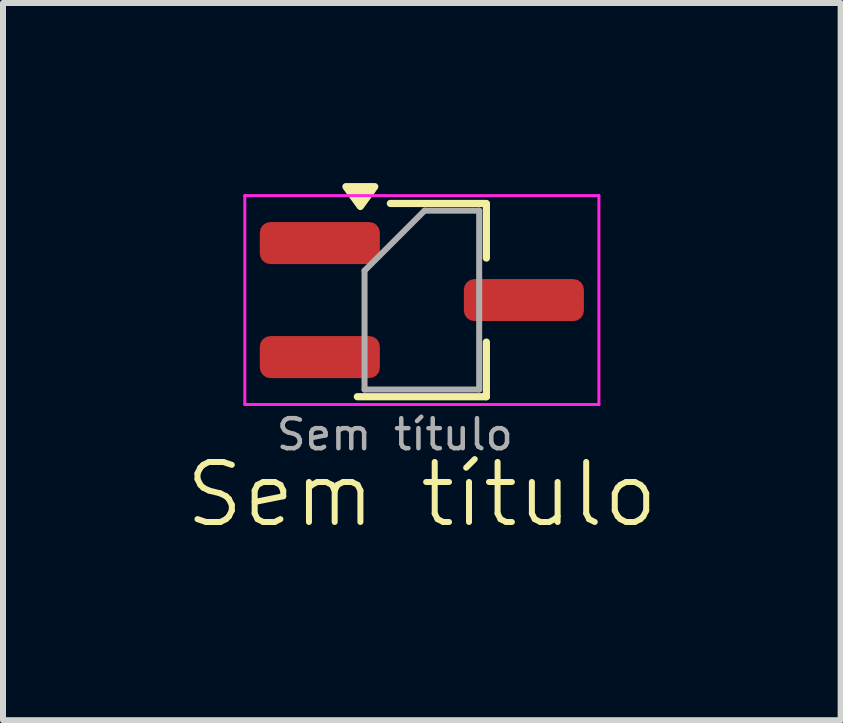
<source format=kicad_pcb>
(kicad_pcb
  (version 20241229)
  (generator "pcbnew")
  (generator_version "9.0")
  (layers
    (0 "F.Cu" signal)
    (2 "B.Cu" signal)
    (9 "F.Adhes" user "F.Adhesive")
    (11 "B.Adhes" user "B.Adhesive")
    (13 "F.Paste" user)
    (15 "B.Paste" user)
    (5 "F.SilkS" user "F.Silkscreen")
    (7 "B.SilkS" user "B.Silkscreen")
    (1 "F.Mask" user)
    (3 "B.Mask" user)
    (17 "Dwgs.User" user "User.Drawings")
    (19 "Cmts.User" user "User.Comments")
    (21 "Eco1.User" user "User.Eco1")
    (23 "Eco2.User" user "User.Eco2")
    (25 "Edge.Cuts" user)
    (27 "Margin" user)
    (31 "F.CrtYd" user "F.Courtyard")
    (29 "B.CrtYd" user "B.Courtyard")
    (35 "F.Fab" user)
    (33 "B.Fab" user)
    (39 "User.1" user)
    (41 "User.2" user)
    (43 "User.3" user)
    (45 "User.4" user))
  (footprint "Sem título"
    (layer "F.Cu")
    (at 4.029 2.69)
    (property "Reference" "Sem título" (at -0.05 2.5 0) (unlocked yes) (layer "F.SilkS") (effects (font (size 1 1) (thickness 0.1))))
    (attr smd)
    (fp_line (start -1.125 0.87) (end 1.025 0.87) (stroke (width 0.12) (type solid)) (layer "F.SilkS"))
    (fp_line (start -0.575 -2.35) (end 1.025 -2.35) (stroke (width 0.12) (type solid)) (layer "F.SilkS"))
    (fp_line (start 1.025 -2.34) (end 1.025 -1.44) (stroke (width 0.12) (type solid)) (layer "F.SilkS"))
    (fp_line (start 1.025 -0.04) (end 1.025 0.87) (stroke (width 0.12) (type solid)) (layer "F.SilkS"))
    (fp_poly (pts (xy -1.075 -2.3) (xy -1.315 -2.63) (xy -0.835 -2.63) (xy -1.075 -2.3)) (stroke (width 0.12) (type solid)) (fill yes) (layer "F.SilkS"))
    (fp_line (start -3 -2.48) (end 2.9 -2.48) (stroke (width 0.05) (type solid)) (layer "F.CrtYd"))
    (fp_line (start -3 1) (end -3 -2.48) (stroke (width 0.05) (type solid)) (layer "F.CrtYd"))
    (fp_line (start 2.9 -2.48) (end 2.9 1) (stroke (width 0.05) (type solid)) (layer "F.CrtYd"))
    (fp_line (start 2.9 1) (end -3 1) (stroke (width 0.05) (type solid)) (layer "F.CrtYd"))
    (fp_line (start -1.005 -1.23) (end -1.005 0.75) (stroke (width 0.1) (type solid)) (layer "F.Fab"))
    (fp_line (start -1.005 -1.23) (end -0.005 -2.23) (stroke (width 0.1) (type solid)) (layer "F.Fab"))
    (fp_line (start -1.005 0.75) (end 0.905 0.75) (stroke (width 0.1) (type solid)) (layer "F.Fab"))
    (fp_line (start -0.005 -2.23) (end 0.905 -2.23) (stroke (width 0.1) (type solid)) (layer "F.Fab"))
    (fp_line (start 0.905 -2.23) (end 0.905 0.75) (stroke (width 0.1) (type solid)) (layer "F.Fab"))
    (fp_text user "${REFERENCE}" (at -0.5 1.5 180) (layer "F.Fab") (effects (font (size 0.5 0.5) (thickness 0.075))))
    (pad "1" smd roundrect (at 1.65 -0.74) (size 2 0.7) (layers "F.Cu" "F.Mask" "F.Paste") (roundrect_rratio 0.25))
    (pad "2" smd roundrect (at -1.75 -1.69) (size 2 0.7) (layers "F.Cu" "F.Mask" "F.Paste") (roundrect_rratio 0.25))
    (pad "3" smd roundrect (at -1.75 0.21) (size 2 0.7) (layers "F.Cu" "F.Mask" "F.Paste") (roundrect_rratio 0.25)))
  (gr_rect
    (start -3 -3)
    (end 10.957 8.95)
    (stroke (width 0.1) (type default))
    (fill no)
    (layer "Edge.Cuts")))
</source>
